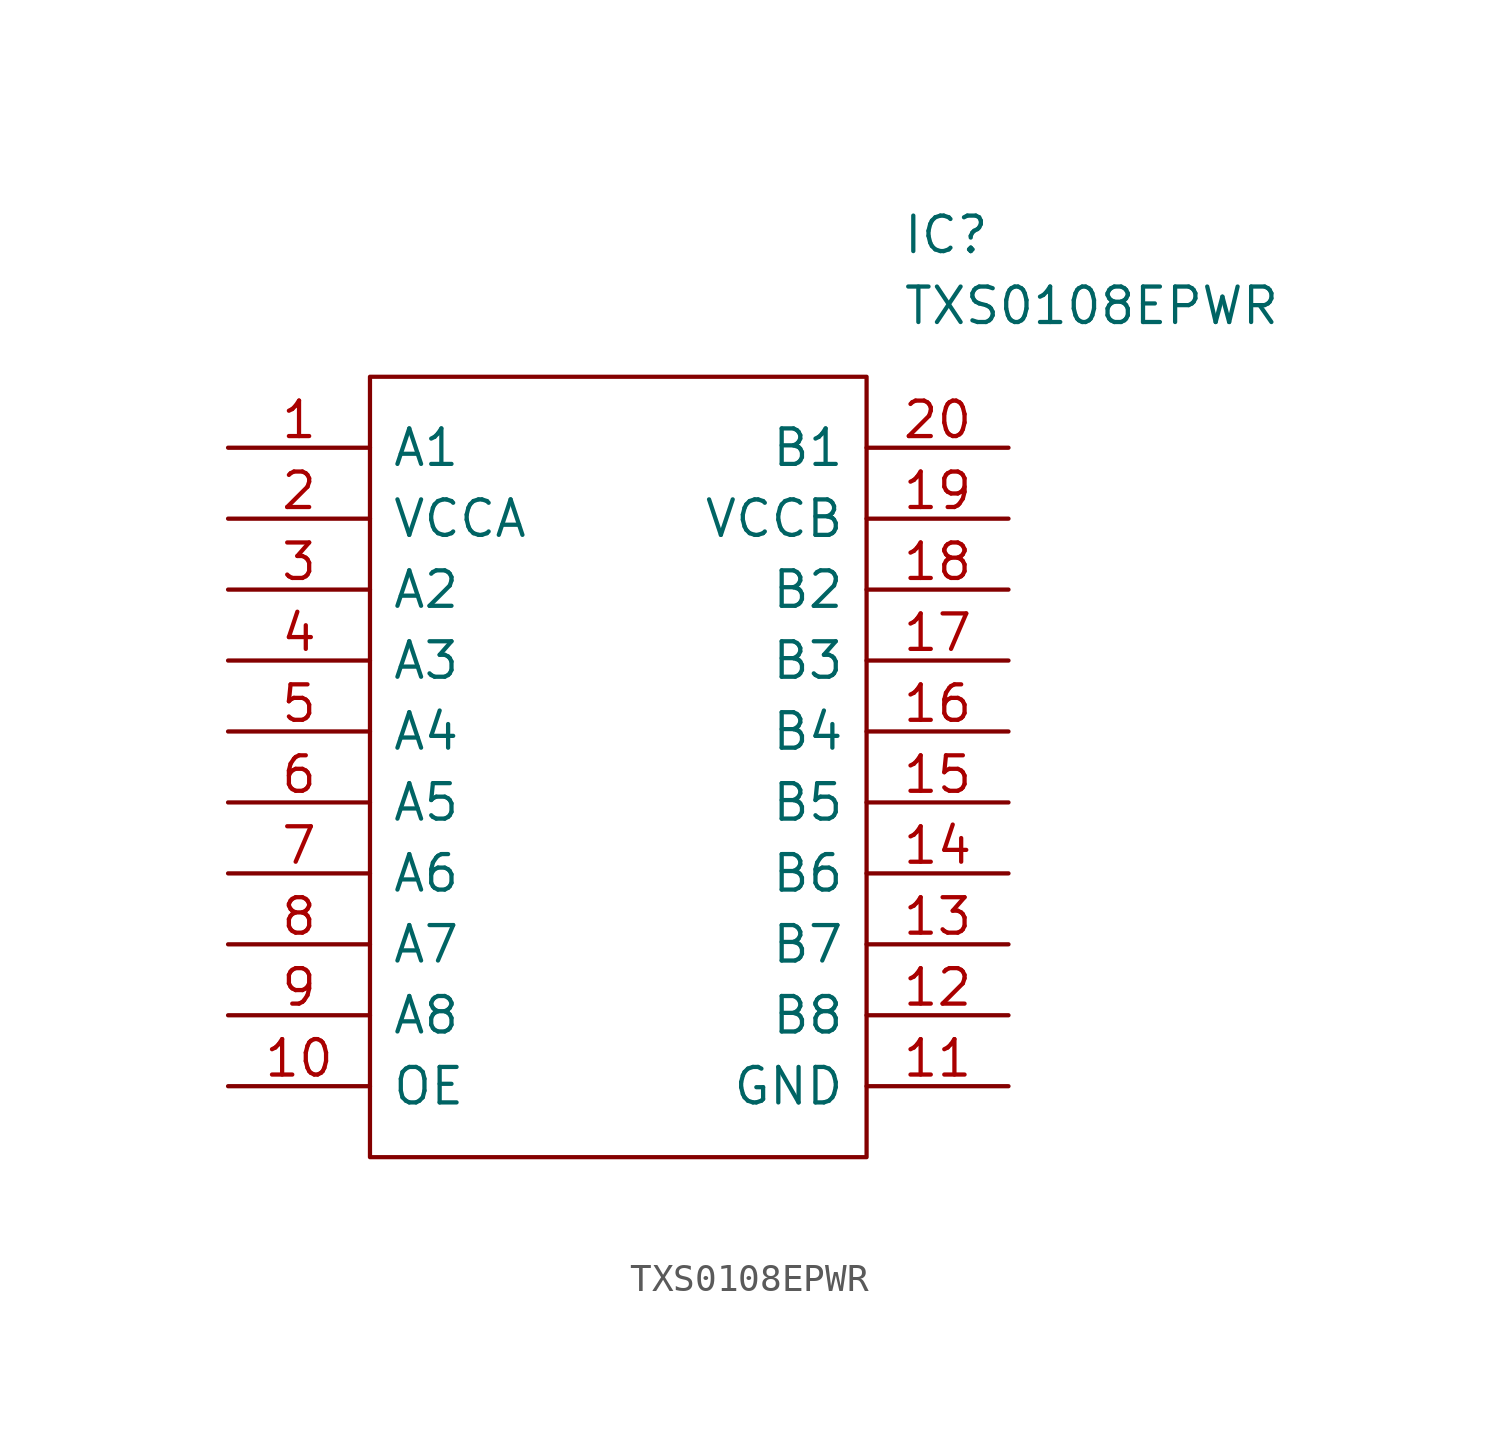
<source format=kicad_sym>
(kicad_symbol_lib
  (version 20220914)
  (generator kicad_symbol_editor)
  (symbol "TXS0108EPWR"
    (pin_names
      (offset 0.762))
    (property "Reference" "IC"
      (at 24.13 7.62 0)
      (effects (font (size 1.27 1.27)) (justify left)))
    (property "Value" "TXS0108EPWR"
      (at 24.13 5.08 0)
      (effects (font (size 1.27 1.27)) (justify left)))
    (symbol "TXS0108EPWR_0_0"
      (pin passive line (at 0 0 0) (length 5.08) (name "A1" (effects (font (size 1.27 1.27)))) (number "1" (effects (font (size 1.27 1.27)))))
      (pin passive line (at 0 -22.86 0) (length 5.08) (name "OE" (effects (font (size 1.27 1.27)))) (number "10" (effects (font (size 1.27 1.27)))))
      (pin passive line (at 27.94 -22.86 180) (length 5.08) (name "GND" (effects (font (size 1.27 1.27)))) (number "11" (effects (font (size 1.27 1.27)))))
      (pin passive line (at 27.94 -20.32 180) (length 5.08) (name "B8" (effects (font (size 1.27 1.27)))) (number "12" (effects (font (size 1.27 1.27)))))
      (pin passive line (at 27.94 -17.78 180) (length 5.08) (name "B7" (effects (font (size 1.27 1.27)))) (number "13" (effects (font (size 1.27 1.27)))))
      (pin passive line (at 27.94 -15.24 180) (length 5.08) (name "B6" (effects (font (size 1.27 1.27)))) (number "14" (effects (font (size 1.27 1.27)))))
      (pin passive line (at 27.94 -12.7 180) (length 5.08) (name "B5" (effects (font (size 1.27 1.27)))) (number "15" (effects (font (size 1.27 1.27)))))
      (pin passive line (at 27.94 -10.16 180) (length 5.08) (name "B4" (effects (font (size 1.27 1.27)))) (number "16" (effects (font (size 1.27 1.27)))))
      (pin passive line (at 27.94 -7.62 180) (length 5.08) (name "B3" (effects (font (size 1.27 1.27)))) (number "17" (effects (font (size 1.27 1.27)))))
      (pin passive line (at 27.94 -5.08 180) (length 5.08) (name "B2" (effects (font (size 1.27 1.27)))) (number "18" (effects (font (size 1.27 1.27)))))
      (pin passive line (at 27.94 -2.54 180) (length 5.08) (name "VCCB" (effects (font (size 1.27 1.27)))) (number "19" (effects (font (size 1.27 1.27)))))
      (pin passive line (at 0 -2.54 0) (length 5.08) (name "VCCA" (effects (font (size 1.27 1.27)))) (number "2" (effects (font (size 1.27 1.27)))))
      (pin passive line (at 27.94 0 180) (length 5.08) (name "B1" (effects (font (size 1.27 1.27)))) (number "20" (effects (font (size 1.27 1.27)))))
      (pin passive line (at 0 -5.08 0) (length 5.08) (name "A2" (effects (font (size 1.27 1.27)))) (number "3" (effects (font (size 1.27 1.27)))))
      (pin passive line (at 0 -7.62 0) (length 5.08) (name "A3" (effects (font (size 1.27 1.27)))) (number "4" (effects (font (size 1.27 1.27)))))
      (pin passive line (at 0 -10.16 0) (length 5.08) (name "A4" (effects (font (size 1.27 1.27)))) (number "5" (effects (font (size 1.27 1.27)))))
      (pin passive line (at 0 -12.7 0) (length 5.08) (name "A5" (effects (font (size 1.27 1.27)))) (number "6" (effects (font (size 1.27 1.27)))))
      (pin passive line (at 0 -15.24 0) (length 5.08) (name "A6" (effects (font (size 1.27 1.27)))) (number "7" (effects (font (size 1.27 1.27)))))
      (pin passive line (at 0 -17.78 0) (length 5.08) (name "A7" (effects (font (size 1.27 1.27)))) (number "8" (effects (font (size 1.27 1.27)))))
      (pin passive line (at 0 -20.32 0) (length 5.08) (name "A8" (effects (font (size 1.27 1.27)))) (number "9" (effects (font (size 1.27 1.27))))))
    (symbol "TXS0108EPWR_0_1"
      (polyline (pts (xy 5.08 2.54) (xy 22.86 2.54) (xy 22.86 -25.4) (xy 5.08 -25.4) (xy 5.08 2.54)) (stroke (width 0.152) (type solid)) (fill (type none))))))
</source>
